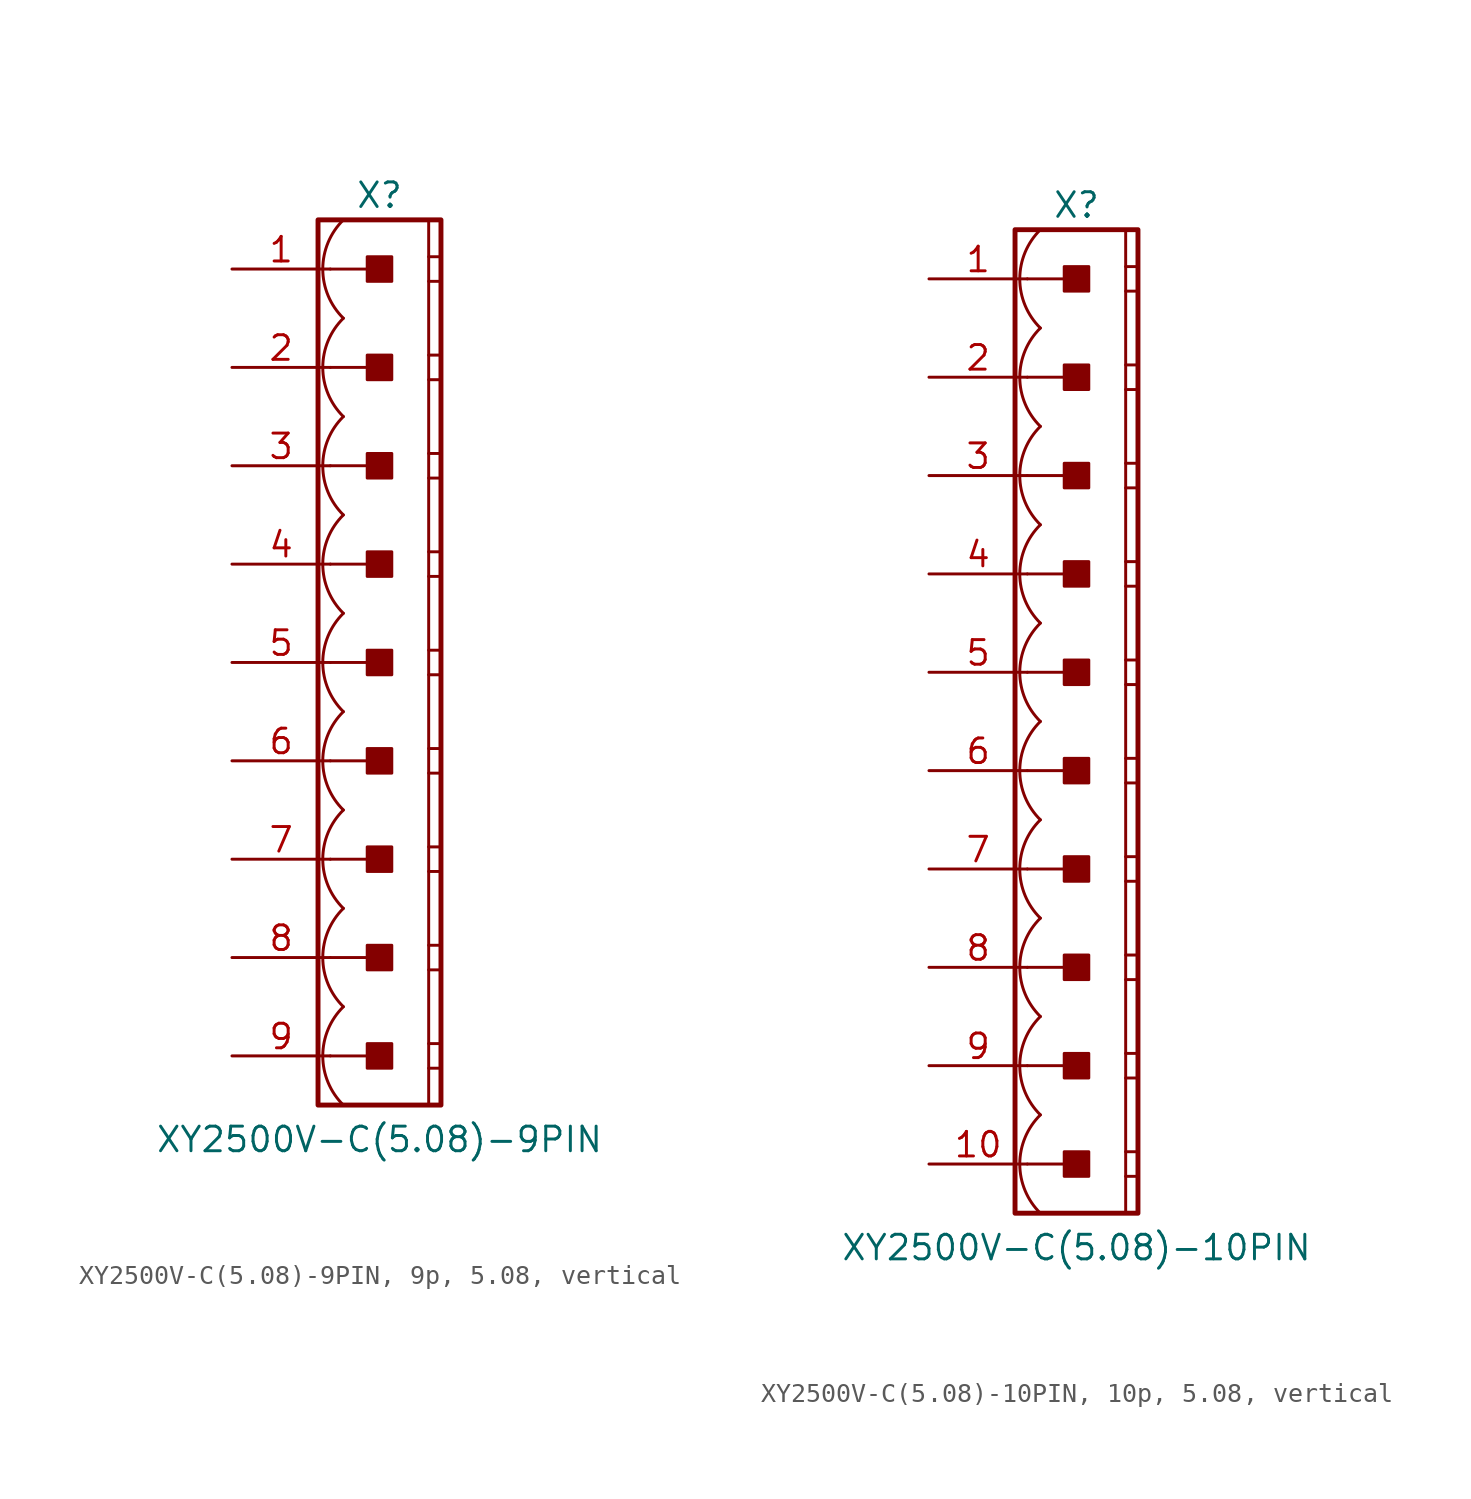
<source format=kicad_sym>
(kicad_symbol_lib
  (version 20241209)
  (generator "kicad_symbol_editor")
  (generator_version "9.0")
  (symbol "XY2500V-C(5.08)-9PIN, 9p, 5.08, vertical"
    (pin_names
      (offset 1.016)
      (hide yes))
    (property "Reference" "X"
      (at 0 24.13 0)
      (effects (font (size 1.27 1.27))))
    (property "Value" "XY2500V-C(5.08)-9PIN"
      (at 0 -24.638 0)
      (effects (font (size 1.27 1.27))))
    (symbol "XY2500V-C(5.08)-9PIN, 9p, 5.08, vertical_0_1"
      (polyline (pts (xy 2.54 22.86) (xy 2.54 -22.86)) (stroke (width 0.152) (type default)) (fill (type none)))
      (polyline (pts (xy 2.54 20.955) (xy 3.175 20.955)) (stroke (width 0.152) (type default)) (fill (type none)))
      (polyline (pts (xy 2.54 19.685) (xy 3.175 19.685)) (stroke (width 0.152) (type default)) (fill (type none)))
      (polyline (pts (xy 2.54 15.875) (xy 3.175 15.875)) (stroke (width 0.152) (type default)) (fill (type none)))
      (polyline (pts (xy 2.54 14.605) (xy 3.175 14.605)) (stroke (width 0.152) (type default)) (fill (type none)))
      (polyline (pts (xy 2.54 10.795) (xy 3.175 10.795)) (stroke (width 0.152) (type default)) (fill (type none)))
      (polyline (pts (xy 2.54 9.525) (xy 3.175 9.525)) (stroke (width 0.152) (type default)) (fill (type none)))
      (polyline (pts (xy 2.54 5.715) (xy 3.175 5.715)) (stroke (width 0.152) (type default)) (fill (type none)))
      (polyline (pts (xy 2.54 4.445) (xy 3.175 4.445)) (stroke (width 0.152) (type default)) (fill (type none)))
      (polyline (pts (xy 2.54 0.635) (xy 3.175 0.635)) (stroke (width 0.152) (type default)) (fill (type none)))
      (polyline (pts (xy 2.54 -0.635) (xy 3.175 -0.635)) (stroke (width 0.152) (type default)) (fill (type none)))
      (polyline (pts (xy 2.54 -4.445) (xy 3.175 -4.445)) (stroke (width 0.152) (type default)) (fill (type none)))
      (polyline (pts (xy 2.54 -5.715) (xy 3.175 -5.715)) (stroke (width 0.152) (type default)) (fill (type none)))
      (polyline (pts (xy 2.54 -9.525) (xy 3.175 -9.525)) (stroke (width 0.152) (type default)) (fill (type none)))
      (polyline (pts (xy 2.54 -10.795) (xy 3.175 -10.795)) (stroke (width 0.152) (type default)) (fill (type none)))
      (polyline (pts (xy 2.54 -14.605) (xy 3.175 -14.605)) (stroke (width 0.152) (type default)) (fill (type none)))
      (polyline (pts (xy 2.54 -15.875) (xy 3.175 -15.875)) (stroke (width 0.152) (type default)) (fill (type none)))
      (polyline (pts (xy 2.54 -19.685) (xy 3.175 -19.685)) (stroke (width 0.152) (type default)) (fill (type none)))
      (polyline (pts (xy 2.54 -20.955) (xy 3.175 -20.955)) (stroke (width 0.152) (type default)) (fill (type none))))
    (symbol "XY2500V-C(5.08)-9PIN, 9p, 5.08, vertical_1_0"
      (polyline (pts (xy -2.54 20.32) (xy 0 20.32)) (stroke (width 0.152) (type default)) (fill (type none)))
      (polyline (pts (xy -2.54 15.24) (xy 0 15.24)) (stroke (width 0.152) (type default)) (fill (type none)))
      (polyline (pts (xy -2.54 10.16) (xy 0 10.16)) (stroke (width 0.152) (type default)) (fill (type none)))
      (polyline (pts (xy -2.54 5.08) (xy 0 5.08)) (stroke (width 0.152) (type default)) (fill (type none)))
      (polyline (pts (xy -2.54 0) (xy 0 0)) (stroke (width 0.152) (type default)) (fill (type none)))
      (polyline (pts (xy -2.54 -5.08) (xy 0 -5.08)) (stroke (width 0.152) (type default)) (fill (type none)))
      (polyline (pts (xy -2.54 -10.16) (xy 0 -10.16)) (stroke (width 0.152) (type default)) (fill (type none)))
      (polyline (pts (xy -2.54 -15.24) (xy 0 -15.24)) (stroke (width 0.152) (type default)) (fill (type none)))
      (polyline (pts (xy -2.54 -20.32) (xy 0 -20.32)) (stroke (width 0.152) (type default)) (fill (type none))))
    (symbol "XY2500V-C(5.08)-9PIN, 9p, 5.08, vertical_1_1"
      (rectangle (start -3.175 22.86) (end 3.175 -22.86) (stroke (width 0.254) (type default)) (fill (type none)))
      (rectangle (start -0.635 19.685) (end 0.635 20.955) (stroke (width 0.152) (type default)) (fill (type outline)))
      (rectangle (start -0.635 14.605) (end 0.635 15.875) (stroke (width 0.152) (type default)) (fill (type outline)))
      (rectangle (start -0.635 9.525) (end 0.635 10.795) (stroke (width 0.152) (type default)) (fill (type outline)))
      (rectangle (start -0.635 4.445) (end 0.635 5.715) (stroke (width 0.152) (type default)) (fill (type outline)))
      (rectangle (start -0.635 -0.635) (end 0.635 0.635) (stroke (width 0.152) (type default)) (fill (type outline)))
      (rectangle (start -0.635 -5.715) (end 0.635 -4.445) (stroke (width 0.152) (type default)) (fill (type outline)))
      (rectangle (start -0.635 -10.795) (end 0.635 -9.525) (stroke (width 0.152) (type default)) (fill (type outline)))
      (rectangle (start -0.635 -15.875) (end 0.635 -14.605) (stroke (width 0.152) (type default)) (fill (type outline)))
      (rectangle (start -0.635 -20.955) (end 0.635 -19.685) (stroke (width 0.152) (type default)) (fill (type outline)))
      (arc (start -1.8664 17.78) (mid -2.9299 20.32) (end -1.8664 22.86) (stroke (width 0.1524) (type default)) (fill (type none)))
      (arc (start -1.8664 12.7) (mid -2.9299 15.24) (end -1.8664 17.78) (stroke (width 0.1524) (type default)) (fill (type none)))
      (arc (start -1.8664 7.62) (mid -2.9299 10.16) (end -1.8664 12.7) (stroke (width 0.1524) (type default)) (fill (type none)))
      (arc (start -1.8664 2.54) (mid -2.9299 5.08) (end -1.8664 7.62) (stroke (width 0.1524) (type default)) (fill (type none)))
      (arc (start -1.8664 -2.54) (mid -2.9299 0) (end -1.8664 2.54) (stroke (width 0.1524) (type default)) (fill (type none)))
      (arc (start -1.8664 -7.62) (mid -2.9299 -5.08) (end -1.8664 -2.54) (stroke (width 0.1524) (type default)) (fill (type none)))
      (arc (start -1.8664 -12.7) (mid -2.9299 -10.16) (end -1.8664 -7.62) (stroke (width 0.1524) (type default)) (fill (type none)))
      (arc (start -1.8664 -17.78) (mid -2.9299 -15.24) (end -1.8664 -12.7) (stroke (width 0.1524) (type default)) (fill (type none)))
      (arc (start -1.8664 -22.86) (mid -2.9299 -20.32) (end -1.8664 -17.78) (stroke (width 0.1524) (type default)) (fill (type none)))
      (pin passive line (at -7.62 20.32 0) (length 5.08) (name "1" (effects (font (size 1.27 1.27)))) (number "1" (effects (font (size 1.27 1.27)))))
      (pin passive line (at -7.62 15.24 0) (length 5.08) (name "2" (effects (font (size 1.27 1.27)))) (number "2" (effects (font (size 1.27 1.27)))))
      (pin passive line (at -7.62 10.16 0) (length 5.08) (name "3" (effects (font (size 1.27 1.27)))) (number "3" (effects (font (size 1.27 1.27)))))
      (pin passive line (at -7.62 5.08 0) (length 5.08) (name "4" (effects (font (size 1.27 1.27)))) (number "4" (effects (font (size 1.27 1.27)))))
      (pin passive line (at -7.62 0 0) (length 5.08) (name "5" (effects (font (size 1.27 1.27)))) (number "5" (effects (font (size 1.27 1.27)))))
      (pin passive line (at -7.62 -5.08 0) (length 5.08) (name "6" (effects (font (size 1.27 1.27)))) (number "6" (effects (font (size 1.27 1.27)))))
      (pin passive line (at -7.62 -10.16 0) (length 5.08) (name "7" (effects (font (size 1.27 1.27)))) (number "7" (effects (font (size 1.27 1.27)))))
      (pin passive line (at -7.62 -15.24 0) (length 5.08) (name "8" (effects (font (size 1.27 1.27)))) (number "8" (effects (font (size 1.27 1.27)))))
      (pin passive line (at -7.62 -20.32 0) (length 5.08) (name "9" (effects (font (size 1.27 1.27)))) (number "9" (effects (font (size 1.27 1.27)))))))
  (symbol "XY2500V-C(5.08)-10PIN, 10p, 5.08, vertical"
    (pin_names
      (offset 1.016)
      (hide yes))
    (property "Reference" "X"
      (at 0 26.67 0)
      (effects (font (size 1.27 1.27))))
    (property "Value" "XY2500V-C(5.08)-10PIN"
      (at 0 -27.178 0)
      (effects (font (size 1.27 1.27))))
    (symbol "XY2500V-C(5.08)-10PIN, 10p, 5.08, vertical_0_1"
      (polyline (pts (xy 2.54 25.4) (xy 2.54 -25.4)) (stroke (width 0.152) (type default)) (fill (type none)))
      (polyline (pts (xy 2.54 23.495) (xy 3.175 23.495)) (stroke (width 0.152) (type default)) (fill (type none)))
      (polyline (pts (xy 2.54 22.225) (xy 3.175 22.225)) (stroke (width 0.152) (type default)) (fill (type none)))
      (polyline (pts (xy 2.54 18.415) (xy 3.175 18.415)) (stroke (width 0.152) (type default)) (fill (type none)))
      (polyline (pts (xy 2.54 17.145) (xy 3.175 17.145)) (stroke (width 0.152) (type default)) (fill (type none)))
      (polyline (pts (xy 2.54 13.335) (xy 3.175 13.335)) (stroke (width 0.152) (type default)) (fill (type none)))
      (polyline (pts (xy 2.54 12.065) (xy 3.175 12.065)) (stroke (width 0.152) (type default)) (fill (type none)))
      (polyline (pts (xy 2.54 8.255) (xy 3.175 8.255)) (stroke (width 0.152) (type default)) (fill (type none)))
      (polyline (pts (xy 2.54 6.985) (xy 3.175 6.985)) (stroke (width 0.152) (type default)) (fill (type none)))
      (polyline (pts (xy 2.54 3.175) (xy 3.175 3.175)) (stroke (width 0.152) (type default)) (fill (type none)))
      (polyline (pts (xy 2.54 1.905) (xy 3.175 1.905)) (stroke (width 0.152) (type default)) (fill (type none)))
      (polyline (pts (xy 2.54 -1.905) (xy 3.175 -1.905)) (stroke (width 0.152) (type default)) (fill (type none)))
      (polyline (pts (xy 2.54 -3.175) (xy 3.175 -3.175)) (stroke (width 0.152) (type default)) (fill (type none)))
      (polyline (pts (xy 2.54 -6.985) (xy 3.175 -6.985)) (stroke (width 0.152) (type default)) (fill (type none)))
      (polyline (pts (xy 2.54 -8.255) (xy 3.175 -8.255)) (stroke (width 0.152) (type default)) (fill (type none)))
      (polyline (pts (xy 2.54 -12.065) (xy 3.175 -12.065)) (stroke (width 0.152) (type default)) (fill (type none)))
      (polyline (pts (xy 2.54 -13.335) (xy 3.175 -13.335)) (stroke (width 0.152) (type default)) (fill (type none)))
      (polyline (pts (xy 2.54 -17.145) (xy 3.175 -17.145)) (stroke (width 0.152) (type default)) (fill (type none)))
      (polyline (pts (xy 2.54 -18.415) (xy 3.175 -18.415)) (stroke (width 0.152) (type default)) (fill (type none)))
      (polyline (pts (xy 2.54 -22.225) (xy 3.175 -22.225)) (stroke (width 0.152) (type default)) (fill (type none)))
      (polyline (pts (xy 2.54 -23.495) (xy 3.175 -23.495)) (stroke (width 0.152) (type default)) (fill (type none))))
    (symbol "XY2500V-C(5.08)-10PIN, 10p, 5.08, vertical_1_0"
      (polyline (pts (xy -2.54 22.86) (xy 0 22.86)) (stroke (width 0.152) (type default)) (fill (type none)))
      (polyline (pts (xy -2.54 17.78) (xy 0 17.78)) (stroke (width 0.152) (type default)) (fill (type none)))
      (polyline (pts (xy -2.54 12.7) (xy 0 12.7)) (stroke (width 0.152) (type default)) (fill (type none)))
      (polyline (pts (xy -2.54 7.62) (xy 0 7.62)) (stroke (width 0.152) (type default)) (fill (type none)))
      (polyline (pts (xy -2.54 2.54) (xy 0 2.54)) (stroke (width 0.152) (type default)) (fill (type none)))
      (polyline (pts (xy -2.54 -2.54) (xy 0 -2.54)) (stroke (width 0.152) (type default)) (fill (type none)))
      (polyline (pts (xy -2.54 -7.62) (xy 0 -7.62)) (stroke (width 0.152) (type default)) (fill (type none)))
      (polyline (pts (xy -2.54 -12.7) (xy 0 -12.7)) (stroke (width 0.152) (type default)) (fill (type none)))
      (polyline (pts (xy -2.54 -17.78) (xy 0 -17.78)) (stroke (width 0.152) (type default)) (fill (type none)))
      (polyline (pts (xy -2.54 -22.86) (xy 0 -22.86)) (stroke (width 0.152) (type default)) (fill (type none))))
    (symbol "XY2500V-C(5.08)-10PIN, 10p, 5.08, vertical_1_1"
      (rectangle (start -3.175 25.4) (end 3.175 -25.4) (stroke (width 0.254) (type default)) (fill (type none)))
      (rectangle (start -0.635 22.225) (end 0.635 23.495) (stroke (width 0.152) (type default)) (fill (type outline)))
      (rectangle (start -0.635 17.145) (end 0.635 18.415) (stroke (width 0.152) (type default)) (fill (type outline)))
      (rectangle (start -0.635 12.065) (end 0.635 13.335) (stroke (width 0.152) (type default)) (fill (type outline)))
      (rectangle (start -0.635 6.985) (end 0.635 8.255) (stroke (width 0.152) (type default)) (fill (type outline)))
      (rectangle (start -0.635 1.905) (end 0.635 3.175) (stroke (width 0.152) (type default)) (fill (type outline)))
      (rectangle (start -0.635 -3.175) (end 0.635 -1.905) (stroke (width 0.152) (type default)) (fill (type outline)))
      (rectangle (start -0.635 -8.255) (end 0.635 -6.985) (stroke (width 0.152) (type default)) (fill (type outline)))
      (rectangle (start -0.635 -13.335) (end 0.635 -12.065) (stroke (width 0.152) (type default)) (fill (type outline)))
      (rectangle (start -0.635 -18.415) (end 0.635 -17.145) (stroke (width 0.152) (type default)) (fill (type outline)))
      (rectangle (start -0.635 -23.495) (end 0.635 -22.225) (stroke (width 0.152) (type default)) (fill (type outline)))
      (arc (start -1.8664 20.32) (mid -2.9299 22.86) (end -1.8664 25.4) (stroke (width 0.1524) (type default)) (fill (type none)))
      (arc (start -1.8664 15.24) (mid -2.9299 17.78) (end -1.8664 20.32) (stroke (width 0.1524) (type default)) (fill (type none)))
      (arc (start -1.8664 10.16) (mid -2.9299 12.7) (end -1.8664 15.24) (stroke (width 0.1524) (type default)) (fill (type none)))
      (arc (start -1.8664 5.08) (mid -2.9299 7.62) (end -1.8664 10.16) (stroke (width 0.1524) (type default)) (fill (type none)))
      (arc (start -1.8664 0) (mid -2.9299 2.54) (end -1.8664 5.08) (stroke (width 0.1524) (type default)) (fill (type none)))
      (arc (start -1.8664 -5.08) (mid -2.9299 -2.54) (end -1.8664 0) (stroke (width 0.1524) (type default)) (fill (type none)))
      (arc (start -1.8664 -10.16) (mid -2.9299 -7.62) (end -1.8664 -5.08) (stroke (width 0.1524) (type default)) (fill (type none)))
      (arc (start -1.8664 -15.24) (mid -2.9299 -12.7) (end -1.8664 -10.16) (stroke (width 0.1524) (type default)) (fill (type none)))
      (arc (start -1.8664 -20.32) (mid -2.9299 -17.78) (end -1.8664 -15.24) (stroke (width 0.1524) (type default)) (fill (type none)))
      (arc (start -1.8664 -25.4) (mid -2.9299 -22.86) (end -1.8664 -20.32) (stroke (width 0.1524) (type default)) (fill (type none)))
      (pin passive line (at -7.62 22.86 0) (length 5.08) (name "1" (effects (font (size 1.27 1.27)))) (number "1" (effects (font (size 1.27 1.27)))))
      (pin passive line (at -7.62 17.78 0) (length 5.08) (name "2" (effects (font (size 1.27 1.27)))) (number "2" (effects (font (size 1.27 1.27)))))
      (pin passive line (at -7.62 12.7 0) (length 5.08) (name "3" (effects (font (size 1.27 1.27)))) (number "3" (effects (font (size 1.27 1.27)))))
      (pin passive line (at -7.62 7.62 0) (length 5.08) (name "4" (effects (font (size 1.27 1.27)))) (number "4" (effects (font (size 1.27 1.27)))))
      (pin passive line (at -7.62 2.54 0) (length 5.08) (name "5" (effects (font (size 1.27 1.27)))) (number "5" (effects (font (size 1.27 1.27)))))
      (pin passive line (at -7.62 -2.54 0) (length 5.08) (name "6" (effects (font (size 1.27 1.27)))) (number "6" (effects (font (size 1.27 1.27)))))
      (pin passive line (at -7.62 -7.62 0) (length 5.08) (name "7" (effects (font (size 1.27 1.27)))) (number "7" (effects (font (size 1.27 1.27)))))
      (pin passive line (at -7.62 -12.7 0) (length 5.08) (name "8" (effects (font (size 1.27 1.27)))) (number "8" (effects (font (size 1.27 1.27)))))
      (pin passive line (at -7.62 -17.78 0) (length 5.08) (name "9" (effects (font (size 1.27 1.27)))) (number "9" (effects (font (size 1.27 1.27)))))
      (pin passive line (at -7.62 -22.86 0) (length 5.08) (name "10" (effects (font (size 1.27 1.27)))) (number "10" (effects (font (size 1.27 1.27))))))))
</source>
